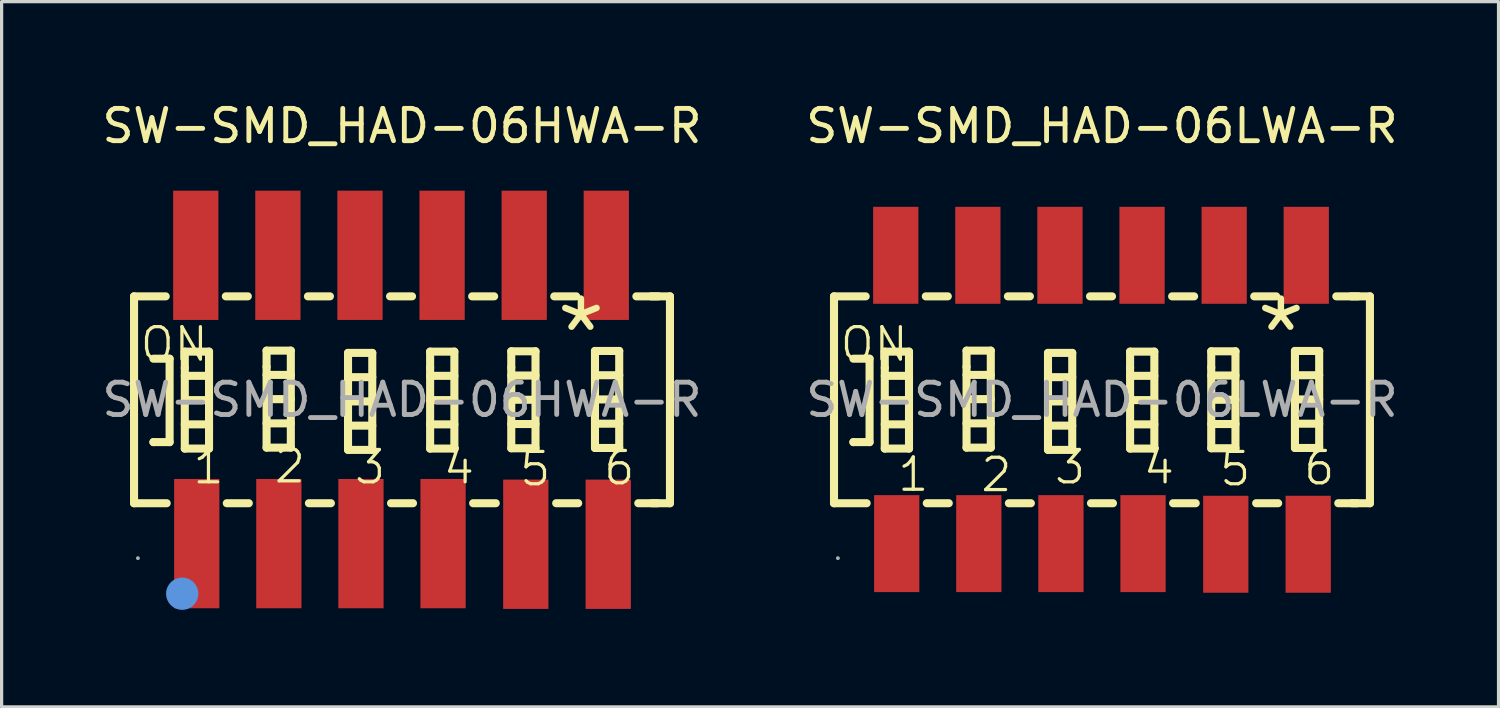
<source format=kicad_pcb>
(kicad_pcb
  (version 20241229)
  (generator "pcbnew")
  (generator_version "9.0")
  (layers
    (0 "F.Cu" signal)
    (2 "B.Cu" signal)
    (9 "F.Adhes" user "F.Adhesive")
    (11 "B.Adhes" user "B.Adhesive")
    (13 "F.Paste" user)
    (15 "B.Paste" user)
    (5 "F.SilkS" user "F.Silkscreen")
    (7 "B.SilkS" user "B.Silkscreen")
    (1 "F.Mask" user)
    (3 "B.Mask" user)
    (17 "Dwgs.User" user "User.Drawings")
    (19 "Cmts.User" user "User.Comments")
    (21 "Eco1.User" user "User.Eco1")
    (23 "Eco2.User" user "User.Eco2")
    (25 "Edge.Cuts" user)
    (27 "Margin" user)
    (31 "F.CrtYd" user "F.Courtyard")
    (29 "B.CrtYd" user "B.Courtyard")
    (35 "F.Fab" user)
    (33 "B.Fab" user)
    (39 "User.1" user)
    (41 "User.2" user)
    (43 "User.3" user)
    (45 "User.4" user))
  (footprint "SW-SMD_HAD-06HWA-R"
    (layer "F.Cu")
    (at 9.387 9.318)
    (property "Reference" "SW-SMD_HAD-06HWA-R" (at 0 -8.47 0) (layer "F.SilkS") (effects (font (size 1 1) (thickness 0.15))))
    (attr through_hole)
    (fp_line (start -8.29 -3.2) (end -8.29 3.2) (stroke (width 0.25) (type solid)) (layer "F.SilkS"))
    (fp_line (start -8.29 -3.2) (end -7.31 -3.2) (stroke (width 0.25) (type solid)) (layer "F.SilkS"))
    (fp_line (start -7.69 -1.27) (end -7.19 -1.27) (stroke (width 0.25) (type solid)) (layer "F.SilkS"))
    (fp_line (start -7.69 1.31) (end -7.69 1.31) (stroke (width 0.25) (type solid)) (layer "F.SilkS"))
    (fp_line (start -7.28 3.2) (end -8.29 3.2) (stroke (width 0.25) (type solid)) (layer "F.SilkS"))
    (fp_line (start -7.19 -1.27) (end -7.19 1.31) (stroke (width 0.25) (type solid)) (layer "F.SilkS"))
    (fp_line (start -7.19 1.31) (end -7.69 1.31) (stroke (width 0.25) (type solid)) (layer "F.SilkS"))
    (fp_line (start -6.72 -1.49) (end -5.97 -1.49) (stroke (width 0.25) (type solid)) (layer "F.SilkS"))
    (fp_line (start -6.72 -0.99) (end -6.72 -1.49) (stroke (width 0.25) (type solid)) (layer "F.SilkS"))
    (fp_line (start -6.72 -0.74) (end -5.97 -0.74) (stroke (width 0.25) (type solid)) (layer "F.SilkS"))
    (fp_line (start -6.72 0.01) (end -5.97 0.01) (stroke (width 0.25) (type solid)) (layer "F.SilkS"))
    (fp_line (start -6.72 0.76) (end -5.97 0.76) (stroke (width 0.25) (type solid)) (layer "F.SilkS"))
    (fp_line (start -6.72 1.51) (end -6.72 -0.99) (stroke (width 0.25) (type solid)) (layer "F.SilkS"))
    (fp_line (start -5.97 -1.49) (end -5.97 1.51) (stroke (width 0.25) (type solid)) (layer "F.SilkS"))
    (fp_line (start -5.97 1.51) (end -6.72 1.51) (stroke (width 0.25) (type solid)) (layer "F.SilkS"))
    (fp_line (start -5.45 -3.2) (end -4.77 -3.2) (stroke (width 0.25) (type solid)) (layer "F.SilkS"))
    (fp_line (start -4.74 3.2) (end -5.42 3.2) (stroke (width 0.25) (type solid)) (layer "F.SilkS"))
    (fp_line (start -4.19 -1.52) (end -3.44 -1.52) (stroke (width 0.25) (type solid)) (layer "F.SilkS"))
    (fp_line (start -4.19 -1.02) (end -4.19 -1.52) (stroke (width 0.25) (type solid)) (layer "F.SilkS"))
    (fp_line (start -4.19 -0.77) (end -3.44 -0.77) (stroke (width 0.25) (type solid)) (layer "F.SilkS"))
    (fp_line (start -4.19 -0.02) (end -3.44 -0.02) (stroke (width 0.25) (type solid)) (layer "F.SilkS"))
    (fp_line (start -4.19 0.73) (end -3.44 0.73) (stroke (width 0.25) (type solid)) (layer "F.SilkS"))
    (fp_line (start -4.19 1.48) (end -4.19 -1.02) (stroke (width 0.25) (type solid)) (layer "F.SilkS"))
    (fp_line (start -3.44 -1.52) (end -3.44 1.48) (stroke (width 0.25) (type solid)) (layer "F.SilkS"))
    (fp_line (start -3.44 1.48) (end -4.19 1.48) (stroke (width 0.25) (type solid)) (layer "F.SilkS"))
    (fp_line (start -2.91 -3.2) (end -2.23 -3.2) (stroke (width 0.25) (type solid)) (layer "F.SilkS"))
    (fp_line (start -2.2 3.2) (end -2.88 3.2) (stroke (width 0.25) (type solid)) (layer "F.SilkS"))
    (fp_line (start -1.67 -1.45) (end -0.92 -1.45) (stroke (width 0.25) (type solid)) (layer "F.SilkS"))
    (fp_line (start -1.67 -0.95) (end -1.67 -1.45) (stroke (width 0.25) (type solid)) (layer "F.SilkS"))
    (fp_line (start -1.67 -0.7) (end -0.92 -0.7) (stroke (width 0.25) (type solid)) (layer "F.SilkS"))
    (fp_line (start -1.67 0.05) (end -0.92 0.05) (stroke (width 0.25) (type solid)) (layer "F.SilkS"))
    (fp_line (start -1.67 0.8) (end -0.92 0.8) (stroke (width 0.25) (type solid)) (layer "F.SilkS"))
    (fp_line (start -1.67 1.55) (end -1.67 -0.95) (stroke (width 0.25) (type solid)) (layer "F.SilkS"))
    (fp_line (start -0.92 -1.45) (end -0.92 1.55) (stroke (width 0.25) (type solid)) (layer "F.SilkS"))
    (fp_line (start -0.92 1.55) (end -1.67 1.55) (stroke (width 0.25) (type solid)) (layer "F.SilkS"))
    (fp_line (start -0.37 -3.2) (end 0.31 -3.2) (stroke (width 0.25) (type solid)) (layer "F.SilkS"))
    (fp_line (start 0.34 3.2) (end -0.34 3.2) (stroke (width 0.25) (type solid)) (layer "F.SilkS"))
    (fp_line (start 0.87 -1.49) (end 1.62 -1.49) (stroke (width 0.25) (type solid)) (layer "F.SilkS"))
    (fp_line (start 0.87 -0.99) (end 0.87 -1.49) (stroke (width 0.25) (type solid)) (layer "F.SilkS"))
    (fp_line (start 0.87 -0.74) (end 1.62 -0.74) (stroke (width 0.25) (type solid)) (layer "F.SilkS"))
    (fp_line (start 0.87 0.01) (end 1.62 0.01) (stroke (width 0.25) (type solid)) (layer "F.SilkS"))
    (fp_line (start 0.87 0.76) (end 1.62 0.76) (stroke (width 0.25) (type solid)) (layer "F.SilkS"))
    (fp_line (start 0.87 1.51) (end 0.87 -0.99) (stroke (width 0.25) (type solid)) (layer "F.SilkS"))
    (fp_line (start 1.62 -1.49) (end 1.62 1.51) (stroke (width 0.25) (type solid)) (layer "F.SilkS"))
    (fp_line (start 1.62 1.51) (end 0.87 1.51) (stroke (width 0.25) (type solid)) (layer "F.SilkS"))
    (fp_line (start 2.17 -3.2) (end 2.85 -3.2) (stroke (width 0.25) (type solid)) (layer "F.SilkS"))
    (fp_line (start 2.9 3.2) (end 2.2 3.2) (stroke (width 0.25) (type solid)) (layer "F.SilkS"))
    (fp_line (start 3.38 -1.5) (end 4.13 -1.5) (stroke (width 0.25) (type solid)) (layer "F.SilkS"))
    (fp_line (start 3.38 -1) (end 3.38 -1.5) (stroke (width 0.25) (type solid)) (layer "F.SilkS"))
    (fp_line (start 3.38 -0.75) (end 4.13 -0.75) (stroke (width 0.25) (type solid)) (layer "F.SilkS"))
    (fp_line (start 3.38 0) (end 4.13 0) (stroke (width 0.25) (type solid)) (layer "F.SilkS"))
    (fp_line (start 3.38 0.75) (end 4.13 0.75) (stroke (width 0.25) (type solid)) (layer "F.SilkS"))
    (fp_line (start 3.38 1.5) (end 3.38 -1) (stroke (width 0.25) (type solid)) (layer "F.SilkS"))
    (fp_line (start 4.13 -1.5) (end 4.13 1.5) (stroke (width 0.25) (type solid)) (layer "F.SilkS"))
    (fp_line (start 4.13 1.5) (end 3.38 1.5) (stroke (width 0.25) (type solid)) (layer "F.SilkS"))
    (fp_line (start 4.71 -3.2) (end 5.39 -3.2) (stroke (width 0.25) (type solid)) (layer "F.SilkS"))
    (fp_line (start 5.45 3.2) (end 4.77 3.2) (stroke (width 0.25) (type solid)) (layer "F.SilkS"))
    (fp_line (start 5.97 -1.51) (end 6.72 -1.51) (stroke (width 0.25) (type solid)) (layer "F.SilkS"))
    (fp_line (start 5.97 -1.01) (end 5.97 -1.51) (stroke (width 0.25) (type solid)) (layer "F.SilkS"))
    (fp_line (start 5.97 -0.76) (end 6.72 -0.76) (stroke (width 0.25) (type solid)) (layer "F.SilkS"))
    (fp_line (start 5.97 -0.01) (end 6.72 -0.01) (stroke (width 0.25) (type solid)) (layer "F.SilkS"))
    (fp_line (start 5.97 0.74) (end 6.72 0.74) (stroke (width 0.25) (type solid)) (layer "F.SilkS"))
    (fp_line (start 5.97 1.49) (end 5.97 -1.01) (stroke (width 0.25) (type solid)) (layer "F.SilkS"))
    (fp_line (start 6.72 -1.51) (end 6.72 1.49) (stroke (width 0.25) (type solid)) (layer "F.SilkS"))
    (fp_line (start 6.72 1.49) (end 5.97 1.49) (stroke (width 0.25) (type solid)) (layer "F.SilkS"))
    (fp_line (start 7.25 -3.2) (end 7.93 -3.2) (stroke (width 0.25) (type solid)) (layer "F.SilkS"))
    (fp_line (start 7.9 3.2) (end 7.31 3.2) (stroke (width 0.25) (type solid)) (layer "F.SilkS"))
    (fp_line (start 8.29 -3.2) (end 7.71 -3.2) (stroke (width 0.25) (type solid)) (layer "F.SilkS"))
    (fp_line (start 8.29 -3.2) (end 8.29 3.2) (stroke (width 0.25) (type solid)) (layer "F.SilkS"))
    (fp_line (start 8.29 3.2) (end 7.73 3.2) (stroke (width 0.25) (type solid)) (layer "F.SilkS"))
    (fp_circle (center -6.8 6) (end -6.55 6) (stroke (width 0.5) (type solid)) (fill no) (layer "Cmts.User"))
    (fp_circle (center -8.17 4.9) (end -8.14 4.9) (stroke (width 0.06) (type solid)) (fill no) (layer "F.Fab"))
    (fp_text user "ON" (at -8.16 -1.72 0) (layer "F.SilkS") (effects (font (size 1 1) (thickness 0.1)) (justify left)))
    (fp_text user "*" (at 4.63 -2.03 0) (layer "F.SilkS") (effects (font (size 2.03 2.03) (thickness 0.2)) (justify left)))
    (fp_text user "1" (at -6.53 2.08 0) (layer "F.SilkS") (effects (font (size 1 1) (thickness 0.1)) (justify left)))
    (fp_text user "3" (at -1.53 2.08 0) (layer "F.SilkS") (effects (font (size 1 1) (thickness 0.1)) (justify left)))
    (fp_text user "6" (at 6.18 2.11 0) (layer "F.SilkS") (effects (font (size 1 1) (thickness 0.1)) (justify left)))
    (fp_text user "4" (at 1.22 2.08 0) (layer "F.SilkS") (effects (font (size 1 1) (thickness 0.1)) (justify left)))
    (fp_text user "2" (at -4.01 2.05 0) (layer "F.SilkS") (effects (font (size 1 1) (thickness 0.1)) (justify left)))
    (fp_text user "5" (at 3.58 2.14 0) (layer "F.SilkS") (effects (font (size 1 1) (thickness 0.1)) (justify left)))
    (fp_text user "${REFERENCE}" (at 0 0 0) (layer "F.Fab") (effects (font (size 1 1) (thickness 0.15))))
    (pad "1" smd rect (at -6.35 4.45 180) (size 1.4 4) (layers "F.Cu" "F.Mask" "F.Paste"))
    (pad "2" smd rect (at -3.81 4.45 180) (size 1.4 4) (layers "F.Cu" "F.Mask" "F.Paste"))
    (pad "3" smd rect (at -1.27 4.45 180) (size 1.4 4) (layers "F.Cu" "F.Mask" "F.Paste"))
    (pad "4" smd rect (at 1.27 4.45 180) (size 1.4 4) (layers "F.Cu" "F.Mask" "F.Paste"))
    (pad "5" smd rect (at 3.83 4.47) (size 1.4 4) (layers "F.Cu" "F.Mask" "F.Paste"))
    (pad "6" smd rect (at 6.38 4.47) (size 1.4 4) (layers "F.Cu" "F.Mask" "F.Paste"))
    (pad "7" smd rect (at 6.32 -4.47) (size 1.4 4) (layers "F.Cu" "F.Mask" "F.Paste"))
    (pad "8" smd rect (at 3.78 -4.47) (size 1.4 4) (layers "F.Cu" "F.Mask" "F.Paste"))
    (pad "9" smd rect (at 1.24 -4.47) (size 1.4 4) (layers "F.Cu" "F.Mask" "F.Paste"))
    (pad "10" smd rect (at -1.3 -4.47) (size 1.4 4) (layers "F.Cu" "F.Mask" "F.Paste"))
    (pad "11" smd rect (at -3.84 -4.47) (size 1.4 4) (layers "F.Cu" "F.Mask" "F.Paste"))
    (pad "12" smd rect (at -6.38 -4.47) (size 1.4 4) (layers "F.Cu" "F.Mask" "F.Paste")))
  (footprint "SW-SMD_HAD-06LWA-R"
    (layer "F.Cu")
    (at 31.042 9.318)
    (property "Reference" "SW-SMD_HAD-06LWA-R" (at 0 -8.47 0) (layer "F.SilkS") (effects (font (size 1 1) (thickness 0.15))))
    (attr through_hole)
    (fp_line (start -8.29 -3.2) (end -8.29 3.2) (stroke (width 0.25) (type solid)) (layer "F.SilkS"))
    (fp_line (start -8.29 -3.2) (end -7.31 -3.2) (stroke (width 0.25) (type solid)) (layer "F.SilkS"))
    (fp_line (start -7.69 -1.27) (end -7.19 -1.27) (stroke (width 0.25) (type solid)) (layer "F.SilkS"))
    (fp_line (start -7.69 1.31) (end -7.69 1.31) (stroke (width 0.25) (type solid)) (layer "F.SilkS"))
    (fp_line (start -7.28 3.2) (end -8.29 3.2) (stroke (width 0.25) (type solid)) (layer "F.SilkS"))
    (fp_line (start -7.19 -1.27) (end -7.19 1.31) (stroke (width 0.25) (type solid)) (layer "F.SilkS"))
    (fp_line (start -7.19 1.31) (end -7.69 1.31) (stroke (width 0.25) (type solid)) (layer "F.SilkS"))
    (fp_line (start -6.72 -1.49) (end -5.97 -1.49) (stroke (width 0.25) (type solid)) (layer "F.SilkS"))
    (fp_line (start -6.72 -0.99) (end -6.72 -1.49) (stroke (width 0.25) (type solid)) (layer "F.SilkS"))
    (fp_line (start -6.72 -0.74) (end -5.97 -0.74) (stroke (width 0.25) (type solid)) (layer "F.SilkS"))
    (fp_line (start -6.72 0.01) (end -5.97 0.01) (stroke (width 0.25) (type solid)) (layer "F.SilkS"))
    (fp_line (start -6.72 0.76) (end -5.97 0.76) (stroke (width 0.25) (type solid)) (layer "F.SilkS"))
    (fp_line (start -6.72 1.51) (end -6.72 -0.99) (stroke (width 0.25) (type solid)) (layer "F.SilkS"))
    (fp_line (start -5.97 -1.49) (end -5.97 1.51) (stroke (width 0.25) (type solid)) (layer "F.SilkS"))
    (fp_line (start -5.97 1.51) (end -6.72 1.51) (stroke (width 0.25) (type solid)) (layer "F.SilkS"))
    (fp_line (start -5.45 -3.2) (end -4.77 -3.2) (stroke (width 0.25) (type solid)) (layer "F.SilkS"))
    (fp_line (start -4.74 3.2) (end -5.42 3.2) (stroke (width 0.25) (type solid)) (layer "F.SilkS"))
    (fp_line (start -4.19 -1.52) (end -3.44 -1.52) (stroke (width 0.25) (type solid)) (layer "F.SilkS"))
    (fp_line (start -4.19 -1.02) (end -4.19 -1.52) (stroke (width 0.25) (type solid)) (layer "F.SilkS"))
    (fp_line (start -4.19 -0.77) (end -3.44 -0.77) (stroke (width 0.25) (type solid)) (layer "F.SilkS"))
    (fp_line (start -4.19 -0.02) (end -3.44 -0.02) (stroke (width 0.25) (type solid)) (layer "F.SilkS"))
    (fp_line (start -4.19 0.73) (end -3.44 0.73) (stroke (width 0.25) (type solid)) (layer "F.SilkS"))
    (fp_line (start -4.19 1.48) (end -4.19 -1.02) (stroke (width 0.25) (type solid)) (layer "F.SilkS"))
    (fp_line (start -3.44 -1.52) (end -3.44 1.48) (stroke (width 0.25) (type solid)) (layer "F.SilkS"))
    (fp_line (start -3.44 1.48) (end -4.19 1.48) (stroke (width 0.25) (type solid)) (layer "F.SilkS"))
    (fp_line (start -2.91 -3.2) (end -2.23 -3.2) (stroke (width 0.25) (type solid)) (layer "F.SilkS"))
    (fp_line (start -2.2 3.2) (end -2.88 3.2) (stroke (width 0.25) (type solid)) (layer "F.SilkS"))
    (fp_line (start -1.67 -1.45) (end -0.92 -1.45) (stroke (width 0.25) (type solid)) (layer "F.SilkS"))
    (fp_line (start -1.67 -0.95) (end -1.67 -1.45) (stroke (width 0.25) (type solid)) (layer "F.SilkS"))
    (fp_line (start -1.67 -0.7) (end -0.92 -0.7) (stroke (width 0.25) (type solid)) (layer "F.SilkS"))
    (fp_line (start -1.67 0.05) (end -0.92 0.05) (stroke (width 0.25) (type solid)) (layer "F.SilkS"))
    (fp_line (start -1.67 0.8) (end -0.92 0.8) (stroke (width 0.25) (type solid)) (layer "F.SilkS"))
    (fp_line (start -1.67 1.55) (end -1.67 -0.95) (stroke (width 0.25) (type solid)) (layer "F.SilkS"))
    (fp_line (start -0.92 -1.45) (end -0.92 1.55) (stroke (width 0.25) (type solid)) (layer "F.SilkS"))
    (fp_line (start -0.92 1.55) (end -1.67 1.55) (stroke (width 0.25) (type solid)) (layer "F.SilkS"))
    (fp_line (start -0.37 -3.2) (end 0.31 -3.2) (stroke (width 0.25) (type solid)) (layer "F.SilkS"))
    (fp_line (start 0.34 3.2) (end -0.34 3.2) (stroke (width 0.25) (type solid)) (layer "F.SilkS"))
    (fp_line (start 0.87 -1.49) (end 1.62 -1.49) (stroke (width 0.25) (type solid)) (layer "F.SilkS"))
    (fp_line (start 0.87 -0.99) (end 0.87 -1.49) (stroke (width 0.25) (type solid)) (layer "F.SilkS"))
    (fp_line (start 0.87 -0.74) (end 1.62 -0.74) (stroke (width 0.25) (type solid)) (layer "F.SilkS"))
    (fp_line (start 0.87 0.01) (end 1.62 0.01) (stroke (width 0.25) (type solid)) (layer "F.SilkS"))
    (fp_line (start 0.87 0.76) (end 1.62 0.76) (stroke (width 0.25) (type solid)) (layer "F.SilkS"))
    (fp_line (start 0.87 1.51) (end 0.87 -0.99) (stroke (width 0.25) (type solid)) (layer "F.SilkS"))
    (fp_line (start 1.62 -1.49) (end 1.62 1.51) (stroke (width 0.25) (type solid)) (layer "F.SilkS"))
    (fp_line (start 1.62 1.51) (end 0.87 1.51) (stroke (width 0.25) (type solid)) (layer "F.SilkS"))
    (fp_line (start 2.17 -3.2) (end 2.85 -3.2) (stroke (width 0.25) (type solid)) (layer "F.SilkS"))
    (fp_line (start 2.9 3.2) (end 2.2 3.2) (stroke (width 0.25) (type solid)) (layer "F.SilkS"))
    (fp_line (start 3.38 -1.5) (end 4.13 -1.5) (stroke (width 0.25) (type solid)) (layer "F.SilkS"))
    (fp_line (start 3.38 -1) (end 3.38 -1.5) (stroke (width 0.25) (type solid)) (layer "F.SilkS"))
    (fp_line (start 3.38 -0.75) (end 4.13 -0.75) (stroke (width 0.25) (type solid)) (layer "F.SilkS"))
    (fp_line (start 3.38 0) (end 4.13 0) (stroke (width 0.25) (type solid)) (layer "F.SilkS"))
    (fp_line (start 3.38 0.75) (end 4.13 0.75) (stroke (width 0.25) (type solid)) (layer "F.SilkS"))
    (fp_line (start 3.38 1.5) (end 3.38 -1) (stroke (width 0.25) (type solid)) (layer "F.SilkS"))
    (fp_line (start 4.13 -1.5) (end 4.13 1.5) (stroke (width 0.25) (type solid)) (layer "F.SilkS"))
    (fp_line (start 4.13 1.5) (end 3.38 1.5) (stroke (width 0.25) (type solid)) (layer "F.SilkS"))
    (fp_line (start 4.71 -3.2) (end 5.39 -3.2) (stroke (width 0.25) (type solid)) (layer "F.SilkS"))
    (fp_line (start 5.45 3.2) (end 4.77 3.2) (stroke (width 0.25) (type solid)) (layer "F.SilkS"))
    (fp_line (start 5.97 -1.51) (end 6.72 -1.51) (stroke (width 0.25) (type solid)) (layer "F.SilkS"))
    (fp_line (start 5.97 -1.01) (end 5.97 -1.51) (stroke (width 0.25) (type solid)) (layer "F.SilkS"))
    (fp_line (start 5.97 -0.76) (end 6.72 -0.76) (stroke (width 0.25) (type solid)) (layer "F.SilkS"))
    (fp_line (start 5.97 -0.01) (end 6.72 -0.01) (stroke (width 0.25) (type solid)) (layer "F.SilkS"))
    (fp_line (start 5.97 0.74) (end 6.72 0.74) (stroke (width 0.25) (type solid)) (layer "F.SilkS"))
    (fp_line (start 5.97 1.49) (end 5.97 -1.01) (stroke (width 0.25) (type solid)) (layer "F.SilkS"))
    (fp_line (start 6.72 -1.51) (end 6.72 1.49) (stroke (width 0.25) (type solid)) (layer "F.SilkS"))
    (fp_line (start 6.72 1.49) (end 5.97 1.49) (stroke (width 0.25) (type solid)) (layer "F.SilkS"))
    (fp_line (start 7.25 -3.2) (end 7.93 -3.2) (stroke (width 0.25) (type solid)) (layer "F.SilkS"))
    (fp_line (start 7.9 3.2) (end 7.31 3.2) (stroke (width 0.25) (type solid)) (layer "F.SilkS"))
    (fp_line (start 8.29 -3.2) (end 7.71 -3.2) (stroke (width 0.25) (type solid)) (layer "F.SilkS"))
    (fp_line (start 8.29 -3.2) (end 8.29 3.2) (stroke (width 0.25) (type solid)) (layer "F.SilkS"))
    (fp_line (start 8.29 3.2) (end 7.73 3.2) (stroke (width 0.25) (type solid)) (layer "F.SilkS"))
    (fp_circle (center -8.17 4.9) (end -8.14 4.9) (stroke (width 0.06) (type solid)) (fill no) (layer "F.Fab"))
    (fp_text user "5" (at 3.58 2.14 0) (layer "F.SilkS") (effects (font (size 1 1) (thickness 0.1)) (justify left)))
    (fp_text user "*" (at 4.63 -2.03 0) (layer "F.SilkS") (effects (font (size 2.03 2.03) (thickness 0.2)) (justify left)))
    (fp_text user "2" (at -3.81 2.32 0) (layer "F.SilkS") (effects (font (size 1 1) (thickness 0.1)) (justify left)))
    (fp_text user "4" (at 1.22 2.08 0) (layer "F.SilkS") (effects (font (size 1 1) (thickness 0.1)) (justify left)))
    (fp_text user "6" (at 6.18 2.11 0) (layer "F.SilkS") (effects (font (size 1 1) (thickness 0.1)) (justify left)))
    (fp_text user "3" (at -1.53 2.08 0) (layer "F.SilkS") (effects (font (size 1 1) (thickness 0.1)) (justify left)))
    (fp_text user "ON" (at -8.16 -1.72 0) (layer "F.SilkS") (effects (font (size 1 1) (thickness 0.1)) (justify left)))
    (fp_text user "1" (at -6.38 2.31 0) (layer "F.SilkS") (effects (font (size 1 1) (thickness 0.1)) (justify left)))
    (fp_text user "${REFERENCE}" (at 0 0 0) (layer "F.Fab") (effects (font (size 1 1) (thickness 0.15))))
    (pad "1" smd rect (at -6.35 4.45 180) (size 1.4 3) (layers "F.Cu" "F.Mask" "F.Paste"))
    (pad "2" smd rect (at -3.81 4.45 180) (size 1.4 3) (layers "F.Cu" "F.Mask" "F.Paste"))
    (pad "3" smd rect (at -1.27 4.45 180) (size 1.4 3) (layers "F.Cu" "F.Mask" "F.Paste"))
    (pad "4" smd rect (at 1.27 4.45 180) (size 1.4 3) (layers "F.Cu" "F.Mask" "F.Paste"))
    (pad "5" smd rect (at 3.83 4.47) (size 1.4 3) (layers "F.Cu" "F.Mask" "F.Paste"))
    (pad "6" smd rect (at 6.38 4.47) (size 1.4 3) (layers "F.Cu" "F.Mask" "F.Paste"))
    (pad "7" smd rect (at 6.32 -4.47) (size 1.4 3) (layers "F.Cu" "F.Mask" "F.Paste"))
    (pad "8" smd rect (at 3.78 -4.47) (size 1.4 3) (layers "F.Cu" "F.Mask" "F.Paste"))
    (pad "9" smd rect (at 1.24 -4.47) (size 1.4 3) (layers "F.Cu" "F.Mask" "F.Paste"))
    (pad "10" smd rect (at -1.3 -4.47) (size 1.4 3) (layers "F.Cu" "F.Mask" "F.Paste"))
    (pad "11" smd rect (at -3.84 -4.47) (size 1.4 3) (layers "F.Cu" "F.Mask" "F.Paste"))
    (pad "12" smd rect (at -6.38 -4.47) (size 1.4 3) (layers "F.Cu" "F.Mask" "F.Paste")))
  (gr_rect
    (start -3 -3)
    (end 43.31 18.818)
    (stroke (width 0.1) (type default))
    (fill no)
    (layer "Edge.Cuts")))
</source>
